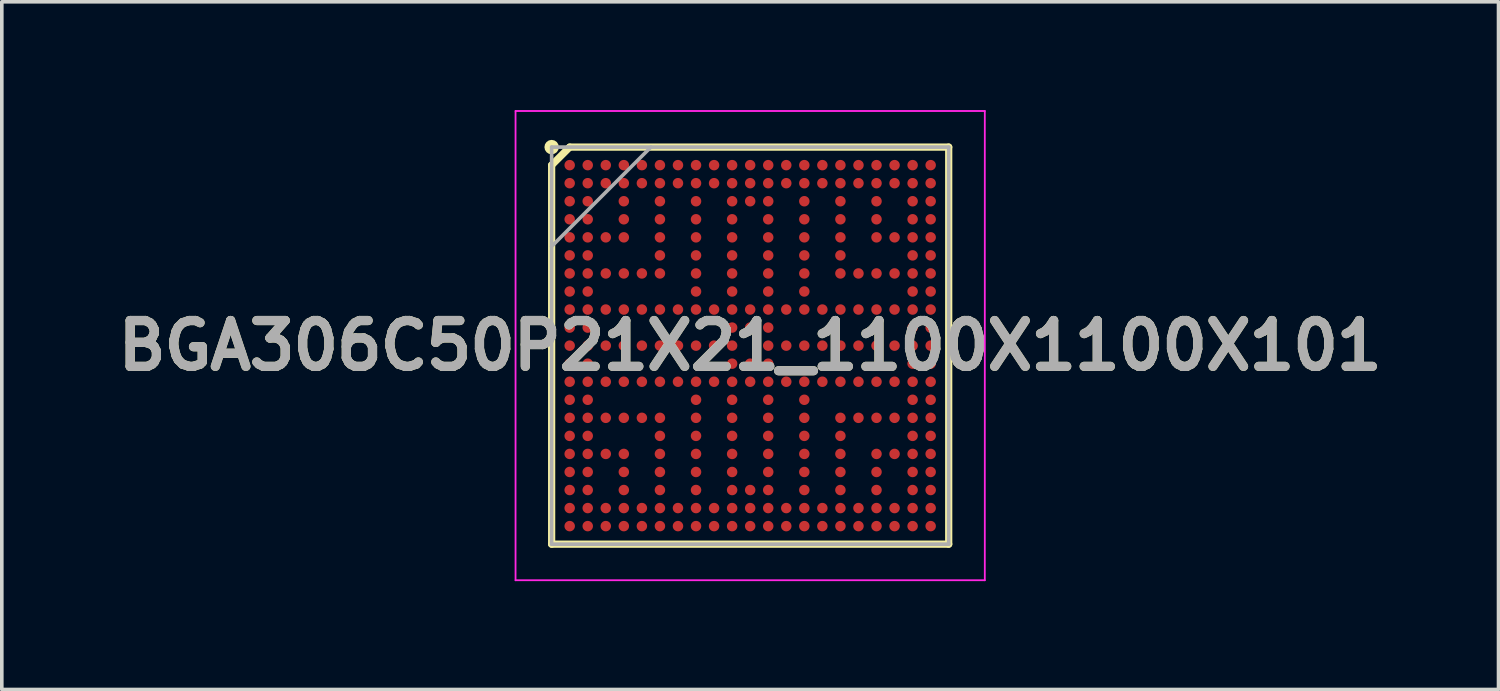
<source format=kicad_pcb>
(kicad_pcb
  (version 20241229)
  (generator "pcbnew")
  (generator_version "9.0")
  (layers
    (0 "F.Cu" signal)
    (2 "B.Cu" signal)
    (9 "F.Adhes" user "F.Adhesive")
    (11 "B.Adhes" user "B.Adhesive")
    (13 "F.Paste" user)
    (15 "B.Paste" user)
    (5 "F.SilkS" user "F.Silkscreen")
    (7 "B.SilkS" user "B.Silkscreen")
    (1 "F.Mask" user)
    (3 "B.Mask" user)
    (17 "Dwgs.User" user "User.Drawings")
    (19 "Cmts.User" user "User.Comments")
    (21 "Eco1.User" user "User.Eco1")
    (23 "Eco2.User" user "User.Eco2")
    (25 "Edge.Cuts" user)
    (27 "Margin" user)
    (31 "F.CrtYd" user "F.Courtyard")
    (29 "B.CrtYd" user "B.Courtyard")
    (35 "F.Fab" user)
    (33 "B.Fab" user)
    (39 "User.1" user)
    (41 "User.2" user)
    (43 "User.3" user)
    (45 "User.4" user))
  (footprint "BGA306C50P21X21_1100X1100X101"
    (layer "F.Cu")
    (at 17.732 6.525)
    (property "Reference" "BGA306C50P21X21_1100X1100X101" (at 0 0 0) (layer "F.SilkS") (effects (font (size 1.27 1.27) (thickness 0.254))))
    (attr smd)
    (fp_line (start -5.5 -5) (end -5 -5.5) (stroke (width 0.2) (type solid)) (layer "F.SilkS"))
    (fp_line (start -5.5 5.5) (end -5.5 -5) (stroke (width 0.2) (type solid)) (layer "F.SilkS"))
    (fp_line (start -5 -5.5) (end 5.5 -5.5) (stroke (width 0.2) (type solid)) (layer "F.SilkS"))
    (fp_line (start 5.5 -5.5) (end 5.5 5.5) (stroke (width 0.2) (type solid)) (layer "F.SilkS"))
    (fp_line (start 5.5 5.5) (end -5.5 5.5) (stroke (width 0.2) (type solid)) (layer "F.SilkS"))
    (fp_circle (center -5.5 -5.5) (end -5.5 -5.4) (stroke (width 0.2) (type solid)) (fill no) (layer "F.SilkS"))
    (fp_line (start -6.5 -6.5) (end 6.5 -6.5) (stroke (width 0.05) (type solid)) (layer "F.CrtYd"))
    (fp_line (start -6.5 6.5) (end -6.5 -6.5) (stroke (width 0.05) (type solid)) (layer "F.CrtYd"))
    (fp_line (start 6.5 -6.5) (end 6.5 6.5) (stroke (width 0.05) (type solid)) (layer "F.CrtYd"))
    (fp_line (start 6.5 6.5) (end -6.5 6.5) (stroke (width 0.05) (type solid)) (layer "F.CrtYd"))
    (fp_line (start -5.5 -5.5) (end 5.5 -5.5) (stroke (width 0.1) (type solid)) (layer "F.Fab"))
    (fp_line (start -5.5 -2.75) (end -2.75 -5.5) (stroke (width 0.1) (type solid)) (layer "F.Fab"))
    (fp_line (start -5.5 5.5) (end -5.5 -5.5) (stroke (width 0.1) (type solid)) (layer "F.Fab"))
    (fp_line (start 5.5 -5.5) (end 5.5 5.5) (stroke (width 0.1) (type solid)) (layer "F.Fab"))
    (fp_line (start 5.5 5.5) (end -5.5 5.5) (stroke (width 0.1) (type solid)) (layer "F.Fab"))
    (fp_text user "${REFERENCE}" (at 0 0 0) (layer "F.Fab") (effects (font (size 1.27 1.27) (thickness 0.254))))
    (pad "A1" smd circle (at -5 -5 90) (size 0.29 0.29) (layers "F.Cu" "F.Mask" "F.Paste"))
    (pad "A2" smd circle (at -4.5 -5 90) (size 0.29 0.29) (layers "F.Cu" "F.Mask" "F.Paste"))
    (pad "A3" smd circle (at -4 -5 90) (size 0.29 0.29) (layers "F.Cu" "F.Mask" "F.Paste"))
    (pad "A4" smd circle (at -3.5 -5 90) (size 0.29 0.29) (layers "F.Cu" "F.Mask" "F.Paste"))
    (pad "A5" smd circle (at -3 -5 90) (size 0.29 0.29) (layers "F.Cu" "F.Mask" "F.Paste"))
    (pad "A6" smd circle (at -2.5 -5 90) (size 0.29 0.29) (layers "F.Cu" "F.Mask" "F.Paste"))
    (pad "A7" smd circle (at -2 -5 90) (size 0.29 0.29) (layers "F.Cu" "F.Mask" "F.Paste"))
    (pad "A8" smd circle (at -1.5 -5 90) (size 0.29 0.29) (layers "F.Cu" "F.Mask" "F.Paste"))
    (pad "A9" smd circle (at -1 -5 90) (size 0.29 0.29) (layers "F.Cu" "F.Mask" "F.Paste"))
    (pad "A10" smd circle (at -0.5 -5 90) (size 0.29 0.29) (layers "F.Cu" "F.Mask" "F.Paste"))
    (pad "A11" smd circle (at 0 -5 90) (size 0.29 0.29) (layers "F.Cu" "F.Mask" "F.Paste"))
    (pad "A12" smd circle (at 0.5 -5 90) (size 0.29 0.29) (layers "F.Cu" "F.Mask" "F.Paste"))
    (pad "A13" smd circle (at 1 -5 90) (size 0.29 0.29) (layers "F.Cu" "F.Mask" "F.Paste"))
    (pad "A14" smd circle (at 1.5 -5 90) (size 0.29 0.29) (layers "F.Cu" "F.Mask" "F.Paste"))
    (pad "A15" smd circle (at 2 -5 90) (size 0.29 0.29) (layers "F.Cu" "F.Mask" "F.Paste"))
    (pad "A16" smd circle (at 2.5 -5 90) (size 0.29 0.29) (layers "F.Cu" "F.Mask" "F.Paste"))
    (pad "A17" smd circle (at 3 -5 90) (size 0.29 0.29) (layers "F.Cu" "F.Mask" "F.Paste"))
    (pad "A18" smd circle (at 3.5 -5 90) (size 0.29 0.29) (layers "F.Cu" "F.Mask" "F.Paste"))
    (pad "A19" smd circle (at 4 -5 90) (size 0.29 0.29) (layers "F.Cu" "F.Mask" "F.Paste"))
    (pad "A20" smd circle (at 4.5 -5 90) (size 0.29 0.29) (layers "F.Cu" "F.Mask" "F.Paste"))
    (pad "A21" smd circle (at 5 -5 90) (size 0.29 0.29) (layers "F.Cu" "F.Mask" "F.Paste"))
    (pad "AA1" smd circle (at -5 5 90) (size 0.29 0.29) (layers "F.Cu" "F.Mask" "F.Paste"))
    (pad "AA2" smd circle (at -4.5 5 90) (size 0.29 0.29) (layers "F.Cu" "F.Mask" "F.Paste"))
    (pad "AA3" smd circle (at -4 5 90) (size 0.29 0.29) (layers "F.Cu" "F.Mask" "F.Paste"))
    (pad "AA4" smd circle (at -3.5 5 90) (size 0.29 0.29) (layers "F.Cu" "F.Mask" "F.Paste"))
    (pad "AA5" smd circle (at -3 5 90) (size 0.29 0.29) (layers "F.Cu" "F.Mask" "F.Paste"))
    (pad "AA6" smd circle (at -2.5 5 90) (size 0.29 0.29) (layers "F.Cu" "F.Mask" "F.Paste"))
    (pad "AA7" smd circle (at -2 5 90) (size 0.29 0.29) (layers "F.Cu" "F.Mask" "F.Paste"))
    (pad "AA8" smd circle (at -1.5 5 90) (size 0.29 0.29) (layers "F.Cu" "F.Mask" "F.Paste"))
    (pad "AA9" smd circle (at -1 5 90) (size 0.29 0.29) (layers "F.Cu" "F.Mask" "F.Paste"))
    (pad "AA10" smd circle (at -0.5 5 90) (size 0.29 0.29) (layers "F.Cu" "F.Mask" "F.Paste"))
    (pad "AA11" smd circle (at 0 5 90) (size 0.29 0.29) (layers "F.Cu" "F.Mask" "F.Paste"))
    (pad "AA12" smd circle (at 0.5 5 90) (size 0.29 0.29) (layers "F.Cu" "F.Mask" "F.Paste"))
    (pad "AA13" smd circle (at 1 5 90) (size 0.29 0.29) (layers "F.Cu" "F.Mask" "F.Paste"))
    (pad "AA14" smd circle (at 1.5 5 90) (size 0.29 0.29) (layers "F.Cu" "F.Mask" "F.Paste"))
    (pad "AA15" smd circle (at 2 5 90) (size 0.29 0.29) (layers "F.Cu" "F.Mask" "F.Paste"))
    (pad "AA16" smd circle (at 2.5 5 90) (size 0.29 0.29) (layers "F.Cu" "F.Mask" "F.Paste"))
    (pad "AA17" smd circle (at 3 5 90) (size 0.29 0.29) (layers "F.Cu" "F.Mask" "F.Paste"))
    (pad "AA18" smd circle (at 3.5 5 90) (size 0.29 0.29) (layers "F.Cu" "F.Mask" "F.Paste"))
    (pad "AA19" smd circle (at 4 5 90) (size 0.29 0.29) (layers "F.Cu" "F.Mask" "F.Paste"))
    (pad "AA20" smd circle (at 4.5 5 90) (size 0.29 0.29) (layers "F.Cu" "F.Mask" "F.Paste"))
    (pad "AA21" smd circle (at 5 5 90) (size 0.29 0.29) (layers "F.Cu" "F.Mask" "F.Paste"))
    (pad "B1" smd circle (at -5 -4.5 90) (size 0.29 0.29) (layers "F.Cu" "F.Mask" "F.Paste"))
    (pad "B2" smd circle (at -4.5 -4.5 90) (size 0.29 0.29) (layers "F.Cu" "F.Mask" "F.Paste"))
    (pad "B3" smd circle (at -4 -4.5 90) (size 0.29 0.29) (layers "F.Cu" "F.Mask" "F.Paste"))
    (pad "B4" smd circle (at -3.5 -4.5 90) (size 0.29 0.29) (layers "F.Cu" "F.Mask" "F.Paste"))
    (pad "B5" smd circle (at -3 -4.5 90) (size 0.29 0.29) (layers "F.Cu" "F.Mask" "F.Paste"))
    (pad "B6" smd circle (at -2.5 -4.5 90) (size 0.29 0.29) (layers "F.Cu" "F.Mask" "F.Paste"))
    (pad "B7" smd circle (at -2 -4.5 90) (size 0.29 0.29) (layers "F.Cu" "F.Mask" "F.Paste"))
    (pad "B8" smd circle (at -1.5 -4.5 90) (size 0.29 0.29) (layers "F.Cu" "F.Mask" "F.Paste"))
    (pad "B9" smd circle (at -1 -4.5 90) (size 0.29 0.29) (layers "F.Cu" "F.Mask" "F.Paste"))
    (pad "B10" smd circle (at -0.5 -4.5 90) (size 0.29 0.29) (layers "F.Cu" "F.Mask" "F.Paste"))
    (pad "B11" smd circle (at 0 -4.5 90) (size 0.29 0.29) (layers "F.Cu" "F.Mask" "F.Paste"))
    (pad "B12" smd circle (at 0.5 -4.5 90) (size 0.29 0.29) (layers "F.Cu" "F.Mask" "F.Paste"))
    (pad "B13" smd circle (at 1 -4.5 90) (size 0.29 0.29) (layers "F.Cu" "F.Mask" "F.Paste"))
    (pad "B14" smd circle (at 1.5 -4.5 90) (size 0.29 0.29) (layers "F.Cu" "F.Mask" "F.Paste"))
    (pad "B15" smd circle (at 2 -4.5 90) (size 0.29 0.29) (layers "F.Cu" "F.Mask" "F.Paste"))
    (pad "B16" smd circle (at 2.5 -4.5 90) (size 0.29 0.29) (layers "F.Cu" "F.Mask" "F.Paste"))
    (pad "B17" smd circle (at 3 -4.5 90) (size 0.29 0.29) (layers "F.Cu" "F.Mask" "F.Paste"))
    (pad "B18" smd circle (at 3.5 -4.5 90) (size 0.29 0.29) (layers "F.Cu" "F.Mask" "F.Paste"))
    (pad "B19" smd circle (at 4 -4.5 90) (size 0.29 0.29) (layers "F.Cu" "F.Mask" "F.Paste"))
    (pad "B20" smd circle (at 4.5 -4.5 90) (size 0.29 0.29) (layers "F.Cu" "F.Mask" "F.Paste"))
    (pad "B21" smd circle (at 5 -4.5 90) (size 0.29 0.29) (layers "F.Cu" "F.Mask" "F.Paste"))
    (pad "C1" smd circle (at -5 -4 90) (size 0.29 0.29) (layers "F.Cu" "F.Mask" "F.Paste"))
    (pad "C2" smd circle (at -4.5 -4 90) (size 0.29 0.29) (layers "F.Cu" "F.Mask" "F.Paste"))
    (pad "C4" smd circle (at -3.5 -4 90) (size 0.29 0.29) (layers "F.Cu" "F.Mask" "F.Paste"))
    (pad "C6" smd circle (at -2.5 -4 90) (size 0.29 0.29) (layers "F.Cu" "F.Mask" "F.Paste"))
    (pad "C8" smd circle (at -1.5 -4 90) (size 0.29 0.29) (layers "F.Cu" "F.Mask" "F.Paste"))
    (pad "C10" smd circle (at -0.5 -4 90) (size 0.29 0.29) (layers "F.Cu" "F.Mask" "F.Paste"))
    (pad "C11" smd circle (at 0 -4 90) (size 0.29 0.29) (layers "F.Cu" "F.Mask" "F.Paste"))
    (pad "C12" smd circle (at 0.5 -4 90) (size 0.29 0.29) (layers "F.Cu" "F.Mask" "F.Paste"))
    (pad "C14" smd circle (at 1.5 -4 90) (size 0.29 0.29) (layers "F.Cu" "F.Mask" "F.Paste"))
    (pad "C16" smd circle (at 2.5 -4 90) (size 0.29 0.29) (layers "F.Cu" "F.Mask" "F.Paste"))
    (pad "C18" smd circle (at 3.5 -4 90) (size 0.29 0.29) (layers "F.Cu" "F.Mask" "F.Paste"))
    (pad "C20" smd circle (at 4.5 -4 90) (size 0.29 0.29) (layers "F.Cu" "F.Mask" "F.Paste"))
    (pad "C21" smd circle (at 5 -4 90) (size 0.29 0.29) (layers "F.Cu" "F.Mask" "F.Paste"))
    (pad "D1" smd circle (at -5 -3.5 90) (size 0.29 0.29) (layers "F.Cu" "F.Mask" "F.Paste"))
    (pad "D2" smd circle (at -4.5 -3.5 90) (size 0.29 0.29) (layers "F.Cu" "F.Mask" "F.Paste"))
    (pad "D4" smd circle (at -3.5 -3.5 90) (size 0.29 0.29) (layers "F.Cu" "F.Mask" "F.Paste"))
    (pad "D6" smd circle (at -2.5 -3.5 90) (size 0.29 0.29) (layers "F.Cu" "F.Mask" "F.Paste"))
    (pad "D8" smd circle (at -1.5 -3.5 90) (size 0.29 0.29) (layers "F.Cu" "F.Mask" "F.Paste"))
    (pad "D10" smd circle (at -0.5 -3.5 90) (size 0.29 0.29) (layers "F.Cu" "F.Mask" "F.Paste"))
    (pad "D12" smd circle (at 0.5 -3.5 90) (size 0.29 0.29) (layers "F.Cu" "F.Mask" "F.Paste"))
    (pad "D14" smd circle (at 1.5 -3.5 90) (size 0.29 0.29) (layers "F.Cu" "F.Mask" "F.Paste"))
    (pad "D16" smd circle (at 2.5 -3.5 90) (size 0.29 0.29) (layers "F.Cu" "F.Mask" "F.Paste"))
    (pad "D18" smd circle (at 3.5 -3.5 90) (size 0.29 0.29) (layers "F.Cu" "F.Mask" "F.Paste"))
    (pad "D20" smd circle (at 4.5 -3.5 90) (size 0.29 0.29) (layers "F.Cu" "F.Mask" "F.Paste"))
    (pad "D21" smd circle (at 5 -3.5 90) (size 0.29 0.29) (layers "F.Cu" "F.Mask" "F.Paste"))
    (pad "E1" smd circle (at -5 -3 90) (size 0.29 0.29) (layers "F.Cu" "F.Mask" "F.Paste"))
    (pad "E2" smd circle (at -4.5 -3 90) (size 0.29 0.29) (layers "F.Cu" "F.Mask" "F.Paste"))
    (pad "E3" smd circle (at -4 -3 90) (size 0.29 0.29) (layers "F.Cu" "F.Mask" "F.Paste"))
    (pad "E4" smd circle (at -3.5 -3 90) (size 0.29 0.29) (layers "F.Cu" "F.Mask" "F.Paste"))
    (pad "E6" smd circle (at -2.5 -3 90) (size 0.29 0.29) (layers "F.Cu" "F.Mask" "F.Paste"))
    (pad "E8" smd circle (at -1.5 -3 90) (size 0.29 0.29) (layers "F.Cu" "F.Mask" "F.Paste"))
    (pad "E10" smd circle (at -0.5 -3 90) (size 0.29 0.29) (layers "F.Cu" "F.Mask" "F.Paste"))
    (pad "E12" smd circle (at 0.5 -3 90) (size 0.29 0.29) (layers "F.Cu" "F.Mask" "F.Paste"))
    (pad "E14" smd circle (at 1.5 -3 90) (size 0.29 0.29) (layers "F.Cu" "F.Mask" "F.Paste"))
    (pad "E16" smd circle (at 2.5 -3 90) (size 0.29 0.29) (layers "F.Cu" "F.Mask" "F.Paste"))
    (pad "E18" smd circle (at 3.5 -3 90) (size 0.29 0.29) (layers "F.Cu" "F.Mask" "F.Paste"))
    (pad "E19" smd circle (at 4 -3 90) (size 0.29 0.29) (layers "F.Cu" "F.Mask" "F.Paste"))
    (pad "E20" smd circle (at 4.5 -3 90) (size 0.29 0.29) (layers "F.Cu" "F.Mask" "F.Paste"))
    (pad "E21" smd circle (at 5 -3 90) (size 0.29 0.29) (layers "F.Cu" "F.Mask" "F.Paste"))
    (pad "F1" smd circle (at -5 -2.5 90) (size 0.29 0.29) (layers "F.Cu" "F.Mask" "F.Paste"))
    (pad "F2" smd circle (at -4.5 -2.5 90) (size 0.29 0.29) (layers "F.Cu" "F.Mask" "F.Paste"))
    (pad "F6" smd circle (at -2.5 -2.5 90) (size 0.29 0.29) (layers "F.Cu" "F.Mask" "F.Paste"))
    (pad "F8" smd circle (at -1.5 -2.5 90) (size 0.29 0.29) (layers "F.Cu" "F.Mask" "F.Paste"))
    (pad "F10" smd circle (at -0.5 -2.5 90) (size 0.29 0.29) (layers "F.Cu" "F.Mask" "F.Paste"))
    (pad "F12" smd circle (at 0.5 -2.5 90) (size 0.29 0.29) (layers "F.Cu" "F.Mask" "F.Paste"))
    (pad "F14" smd circle (at 1.5 -2.5 90) (size 0.29 0.29) (layers "F.Cu" "F.Mask" "F.Paste"))
    (pad "F16" smd circle (at 2.5 -2.5 90) (size 0.29 0.29) (layers "F.Cu" "F.Mask" "F.Paste"))
    (pad "F20" smd circle (at 4.5 -2.5 90) (size 0.29 0.29) (layers "F.Cu" "F.Mask" "F.Paste"))
    (pad "F21" smd circle (at 5 -2.5 90) (size 0.29 0.29) (layers "F.Cu" "F.Mask" "F.Paste"))
    (pad "G1" smd circle (at -5 -2 90) (size 0.29 0.29) (layers "F.Cu" "F.Mask" "F.Paste"))
    (pad "G2" smd circle (at -4.5 -2 90) (size 0.29 0.29) (layers "F.Cu" "F.Mask" "F.Paste"))
    (pad "G3" smd circle (at -4 -2 90) (size 0.29 0.29) (layers "F.Cu" "F.Mask" "F.Paste"))
    (pad "G4" smd circle (at -3.5 -2 90) (size 0.29 0.29) (layers "F.Cu" "F.Mask" "F.Paste"))
    (pad "G5" smd circle (at -3 -2 90) (size 0.29 0.29) (layers "F.Cu" "F.Mask" "F.Paste"))
    (pad "G6" smd circle (at -2.5 -2 90) (size 0.29 0.29) (layers "F.Cu" "F.Mask" "F.Paste"))
    (pad "G8" smd circle (at -1.5 -2 90) (size 0.29 0.29) (layers "F.Cu" "F.Mask" "F.Paste"))
    (pad "G10" smd circle (at -0.5 -2 90) (size 0.29 0.29) (layers "F.Cu" "F.Mask" "F.Paste"))
    (pad "G12" smd circle (at 0.5 -2 90) (size 0.29 0.29) (layers "F.Cu" "F.Mask" "F.Paste"))
    (pad "G14" smd circle (at 1.5 -2 90) (size 0.29 0.29) (layers "F.Cu" "F.Mask" "F.Paste"))
    (pad "G16" smd circle (at 2.5 -2 90) (size 0.29 0.29) (layers "F.Cu" "F.Mask" "F.Paste"))
    (pad "G17" smd circle (at 3 -2 90) (size 0.29 0.29) (layers "F.Cu" "F.Mask" "F.Paste"))
    (pad "G18" smd circle (at 3.5 -2 90) (size 0.29 0.29) (layers "F.Cu" "F.Mask" "F.Paste"))
    (pad "G19" smd circle (at 4 -2 90) (size 0.29 0.29) (layers "F.Cu" "F.Mask" "F.Paste"))
    (pad "G20" smd circle (at 4.5 -2 90) (size 0.29 0.29) (layers "F.Cu" "F.Mask" "F.Paste"))
    (pad "G21" smd circle (at 5 -2 90) (size 0.29 0.29) (layers "F.Cu" "F.Mask" "F.Paste"))
    (pad "H1" smd circle (at -5 -1.5 90) (size 0.29 0.29) (layers "F.Cu" "F.Mask" "F.Paste"))
    (pad "H2" smd circle (at -4.5 -1.5 90) (size 0.29 0.29) (layers "F.Cu" "F.Mask" "F.Paste"))
    (pad "H8" smd circle (at -1.5 -1.5 90) (size 0.29 0.29) (layers "F.Cu" "F.Mask" "F.Paste"))
    (pad "H10" smd circle (at -0.5 -1.5 90) (size 0.29 0.29) (layers "F.Cu" "F.Mask" "F.Paste"))
    (pad "H12" smd circle (at 0.5 -1.5 90) (size 0.29 0.29) (layers "F.Cu" "F.Mask" "F.Paste"))
    (pad "H14" smd circle (at 1.5 -1.5 90) (size 0.29 0.29) (layers "F.Cu" "F.Mask" "F.Paste"))
    (pad "H20" smd circle (at 4.5 -1.5 90) (size 0.29 0.29) (layers "F.Cu" "F.Mask" "F.Paste"))
    (pad "H21" smd circle (at 5 -1.5 90) (size 0.29 0.29) (layers "F.Cu" "F.Mask" "F.Paste"))
    (pad "J1" smd circle (at -5 -1 90) (size 0.29 0.29) (layers "F.Cu" "F.Mask" "F.Paste"))
    (pad "J2" smd circle (at -4.5 -1 90) (size 0.29 0.29) (layers "F.Cu" "F.Mask" "F.Paste"))
    (pad "J3" smd circle (at -4 -1 90) (size 0.29 0.29) (layers "F.Cu" "F.Mask" "F.Paste"))
    (pad "J4" smd circle (at -3.5 -1 90) (size 0.29 0.29) (layers "F.Cu" "F.Mask" "F.Paste"))
    (pad "J5" smd circle (at -3 -1 90) (size 0.29 0.29) (layers "F.Cu" "F.Mask" "F.Paste"))
    (pad "J6" smd circle (at -2.5 -1 90) (size 0.29 0.29) (layers "F.Cu" "F.Mask" "F.Paste"))
    (pad "J7" smd circle (at -2 -1 90) (size 0.29 0.29) (layers "F.Cu" "F.Mask" "F.Paste"))
    (pad "J8" smd circle (at -1.5 -1 90) (size 0.29 0.29) (layers "F.Cu" "F.Mask" "F.Paste"))
    (pad "J9" smd circle (at -1 -1 90) (size 0.29 0.29) (layers "F.Cu" "F.Mask" "F.Paste"))
    (pad "J10" smd circle (at -0.5 -1 90) (size 0.29 0.29) (layers "F.Cu" "F.Mask" "F.Paste"))
    (pad "J11" smd circle (at 0 -1 90) (size 0.29 0.29) (layers "F.Cu" "F.Mask" "F.Paste"))
    (pad "J12" smd circle (at 0.5 -1 90) (size 0.29 0.29) (layers "F.Cu" "F.Mask" "F.Paste"))
    (pad "J13" smd circle (at 1 -1 90) (size 0.29 0.29) (layers "F.Cu" "F.Mask" "F.Paste"))
    (pad "J14" smd circle (at 1.5 -1 90) (size 0.29 0.29) (layers "F.Cu" "F.Mask" "F.Paste"))
    (pad "J15" smd circle (at 2 -1 90) (size 0.29 0.29) (layers "F.Cu" "F.Mask" "F.Paste"))
    (pad "J16" smd circle (at 2.5 -1 90) (size 0.29 0.29) (layers "F.Cu" "F.Mask" "F.Paste"))
    (pad "J17" smd circle (at 3 -1 90) (size 0.29 0.29) (layers "F.Cu" "F.Mask" "F.Paste"))
    (pad "J18" smd circle (at 3.5 -1 90) (size 0.29 0.29) (layers "F.Cu" "F.Mask" "F.Paste"))
    (pad "J19" smd circle (at 4 -1 90) (size 0.29 0.29) (layers "F.Cu" "F.Mask" "F.Paste"))
    (pad "J20" smd circle (at 4.5 -1 90) (size 0.29 0.29) (layers "F.Cu" "F.Mask" "F.Paste"))
    (pad "J21" smd circle (at 5 -1 90) (size 0.29 0.29) (layers "F.Cu" "F.Mask" "F.Paste"))
    (pad "K1" smd circle (at -5 -0.5 90) (size 0.29 0.29) (layers "F.Cu" "F.Mask" "F.Paste"))
    (pad "K2" smd circle (at -4.5 -0.5 90) (size 0.29 0.29) (layers "F.Cu" "F.Mask" "F.Paste"))
    (pad "K10" smd circle (at -0.5 -0.5 90) (size 0.29 0.29) (layers "F.Cu" "F.Mask" "F.Paste"))
    (pad "K11" smd circle (at 0 -0.5 90) (size 0.29 0.29) (layers "F.Cu" "F.Mask" "F.Paste"))
    (pad "K12" smd circle (at 0.5 -0.5 90) (size 0.29 0.29) (layers "F.Cu" "F.Mask" "F.Paste"))
    (pad "K20" smd circle (at 4.5 -0.5 90) (size 0.29 0.29) (layers "F.Cu" "F.Mask" "F.Paste"))
    (pad "K21" smd circle (at 5 -0.5 90) (size 0.29 0.29) (layers "F.Cu" "F.Mask" "F.Paste"))
    (pad "L1" smd circle (at -5 0 90) (size 0.29 0.29) (layers "F.Cu" "F.Mask" "F.Paste"))
    (pad "L2" smd circle (at -4.5 0 90) (size 0.29 0.29) (layers "F.Cu" "F.Mask" "F.Paste"))
    (pad "L3" smd circle (at -4 0 90) (size 0.29 0.29) (layers "F.Cu" "F.Mask" "F.Paste"))
    (pad "L4" smd circle (at -3.5 0 90) (size 0.29 0.29) (layers "F.Cu" "F.Mask" "F.Paste"))
    (pad "L5" smd circle (at -3 0 90) (size 0.29 0.29) (layers "F.Cu" "F.Mask" "F.Paste"))
    (pad "L6" smd circle (at -2.5 0 90) (size 0.29 0.29) (layers "F.Cu" "F.Mask" "F.Paste"))
    (pad "L7" smd circle (at -2 0 90) (size 0.29 0.29) (layers "F.Cu" "F.Mask" "F.Paste"))
    (pad "L8" smd circle (at -1.5 0 90) (size 0.29 0.29) (layers "F.Cu" "F.Mask" "F.Paste"))
    (pad "L9" smd circle (at -1 0 90) (size 0.29 0.29) (layers "F.Cu" "F.Mask" "F.Paste"))
    (pad "L10" smd circle (at -0.5 0 90) (size 0.29 0.29) (layers "F.Cu" "F.Mask" "F.Paste"))
    (pad "L12" smd circle (at 0.5 0 90) (size 0.29 0.29) (layers "F.Cu" "F.Mask" "F.Paste"))
    (pad "L13" smd circle (at 1 0 90) (size 0.29 0.29) (layers "F.Cu" "F.Mask" "F.Paste"))
    (pad "L14" smd circle (at 1.5 0 90) (size 0.29 0.29) (layers "F.Cu" "F.Mask" "F.Paste"))
    (pad "L15" smd circle (at 2 0 90) (size 0.29 0.29) (layers "F.Cu" "F.Mask" "F.Paste"))
    (pad "L16" smd circle (at 2.5 0 90) (size 0.29 0.29) (layers "F.Cu" "F.Mask" "F.Paste"))
    (pad "L17" smd circle (at 3 0 90) (size 0.29 0.29) (layers "F.Cu" "F.Mask" "F.Paste"))
    (pad "L18" smd circle (at 3.5 0 90) (size 0.29 0.29) (layers "F.Cu" "F.Mask" "F.Paste"))
    (pad "L19" smd circle (at 4 0 90) (size 0.29 0.29) (layers "F.Cu" "F.Mask" "F.Paste"))
    (pad "L20" smd circle (at 4.5 0 90) (size 0.29 0.29) (layers "F.Cu" "F.Mask" "F.Paste"))
    (pad "L21" smd circle (at 5 0 90) (size 0.29 0.29) (layers "F.Cu" "F.Mask" "F.Paste"))
    (pad "M1" smd circle (at -5 0.5 90) (size 0.29 0.29) (layers "F.Cu" "F.Mask" "F.Paste"))
    (pad "M2" smd circle (at -4.5 0.5 90) (size 0.29 0.29) (layers "F.Cu" "F.Mask" "F.Paste"))
    (pad "M10" smd circle (at -0.5 0.5 90) (size 0.29 0.29) (layers "F.Cu" "F.Mask" "F.Paste"))
    (pad "M11" smd circle (at 0 0.5 90) (size 0.29 0.29) (layers "F.Cu" "F.Mask" "F.Paste"))
    (pad "M12" smd circle (at 0.5 0.5 90) (size 0.29 0.29) (layers "F.Cu" "F.Mask" "F.Paste"))
    (pad "M20" smd circle (at 4.5 0.5 90) (size 0.29 0.29) (layers "F.Cu" "F.Mask" "F.Paste"))
    (pad "M21" smd circle (at 5 0.5 90) (size 0.29 0.29) (layers "F.Cu" "F.Mask" "F.Paste"))
    (pad "N1" smd circle (at -5 1 90) (size 0.29 0.29) (layers "F.Cu" "F.Mask" "F.Paste"))
    (pad "N2" smd circle (at -4.5 1 90) (size 0.29 0.29) (layers "F.Cu" "F.Mask" "F.Paste"))
    (pad "N3" smd circle (at -4 1 90) (size 0.29 0.29) (layers "F.Cu" "F.Mask" "F.Paste"))
    (pad "N4" smd circle (at -3.5 1 90) (size 0.29 0.29) (layers "F.Cu" "F.Mask" "F.Paste"))
    (pad "N5" smd circle (at -3 1 90) (size 0.29 0.29) (layers "F.Cu" "F.Mask" "F.Paste"))
    (pad "N6" smd circle (at -2.5 1 90) (size 0.29 0.29) (layers "F.Cu" "F.Mask" "F.Paste"))
    (pad "N7" smd circle (at -2 1 90) (size 0.29 0.29) (layers "F.Cu" "F.Mask" "F.Paste"))
    (pad "N8" smd circle (at -1.5 1 90) (size 0.29 0.29) (layers "F.Cu" "F.Mask" "F.Paste"))
    (pad "N9" smd circle (at -1 1 90) (size 0.29 0.29) (layers "F.Cu" "F.Mask" "F.Paste"))
    (pad "N10" smd circle (at -0.5 1 90) (size 0.29 0.29) (layers "F.Cu" "F.Mask" "F.Paste"))
    (pad "N11" smd circle (at 0 1 90) (size 0.29 0.29) (layers "F.Cu" "F.Mask" "F.Paste"))
    (pad "N12" smd circle (at 0.5 1 90) (size 0.29 0.29) (layers "F.Cu" "F.Mask" "F.Paste"))
    (pad "N13" smd circle (at 1 1 90) (size 0.29 0.29) (layers "F.Cu" "F.Mask" "F.Paste"))
    (pad "N14" smd circle (at 1.5 1 90) (size 0.29 0.29) (layers "F.Cu" "F.Mask" "F.Paste"))
    (pad "N15" smd circle (at 2 1 90) (size 0.29 0.29) (layers "F.Cu" "F.Mask" "F.Paste"))
    (pad "N16" smd circle (at 2.5 1 90) (size 0.29 0.29) (layers "F.Cu" "F.Mask" "F.Paste"))
    (pad "N17" smd circle (at 3 1 90) (size 0.29 0.29) (layers "F.Cu" "F.Mask" "F.Paste"))
    (pad "N18" smd circle (at 3.5 1 90) (size 0.29 0.29) (layers "F.Cu" "F.Mask" "F.Paste"))
    (pad "N19" smd circle (at 4 1 90) (size 0.29 0.29) (layers "F.Cu" "F.Mask" "F.Paste"))
    (pad "N20" smd circle (at 4.5 1 90) (size 0.29 0.29) (layers "F.Cu" "F.Mask" "F.Paste"))
    (pad "N21" smd circle (at 5 1 90) (size 0.29 0.29) (layers "F.Cu" "F.Mask" "F.Paste"))
    (pad "P1" smd circle (at -5 1.5 90) (size 0.29 0.29) (layers "F.Cu" "F.Mask" "F.Paste"))
    (pad "P2" smd circle (at -4.5 1.5 90) (size 0.29 0.29) (layers "F.Cu" "F.Mask" "F.Paste"))
    (pad "P8" smd circle (at -1.5 1.5 90) (size 0.29 0.29) (layers "F.Cu" "F.Mask" "F.Paste"))
    (pad "P10" smd circle (at -0.5 1.5 90) (size 0.29 0.29) (layers "F.Cu" "F.Mask" "F.Paste"))
    (pad "P12" smd circle (at 0.5 1.5 90) (size 0.29 0.29) (layers "F.Cu" "F.Mask" "F.Paste"))
    (pad "P14" smd circle (at 1.5 1.5 90) (size 0.29 0.29) (layers "F.Cu" "F.Mask" "F.Paste"))
    (pad "P20" smd circle (at 4.5 1.5 90) (size 0.29 0.29) (layers "F.Cu" "F.Mask" "F.Paste"))
    (pad "P21" smd circle (at 5 1.5 90) (size 0.29 0.29) (layers "F.Cu" "F.Mask" "F.Paste"))
    (pad "R1" smd circle (at -5 2 90) (size 0.29 0.29) (layers "F.Cu" "F.Mask" "F.Paste"))
    (pad "R2" smd circle (at -4.5 2 90) (size 0.29 0.29) (layers "F.Cu" "F.Mask" "F.Paste"))
    (pad "R3" smd circle (at -4 2 90) (size 0.29 0.29) (layers "F.Cu" "F.Mask" "F.Paste"))
    (pad "R4" smd circle (at -3.5 2 90) (size 0.29 0.29) (layers "F.Cu" "F.Mask" "F.Paste"))
    (pad "R5" smd circle (at -3 2 90) (size 0.29 0.29) (layers "F.Cu" "F.Mask" "F.Paste"))
    (pad "R6" smd circle (at -2.5 2 90) (size 0.29 0.29) (layers "F.Cu" "F.Mask" "F.Paste"))
    (pad "R8" smd circle (at -1.5 2 90) (size 0.29 0.29) (layers "F.Cu" "F.Mask" "F.Paste"))
    (pad "R10" smd circle (at -0.5 2 90) (size 0.29 0.29) (layers "F.Cu" "F.Mask" "F.Paste"))
    (pad "R12" smd circle (at 0.5 2 90) (size 0.29 0.29) (layers "F.Cu" "F.Mask" "F.Paste"))
    (pad "R14" smd circle (at 1.5 2 90) (size 0.29 0.29) (layers "F.Cu" "F.Mask" "F.Paste"))
    (pad "R16" smd circle (at 2.5 2 90) (size 0.29 0.29) (layers "F.Cu" "F.Mask" "F.Paste"))
    (pad "R17" smd circle (at 3 2 90) (size 0.29 0.29) (layers "F.Cu" "F.Mask" "F.Paste"))
    (pad "R18" smd circle (at 3.5 2 90) (size 0.29 0.29) (layers "F.Cu" "F.Mask" "F.Paste"))
    (pad "R19" smd circle (at 4 2 90) (size 0.29 0.29) (layers "F.Cu" "F.Mask" "F.Paste"))
    (pad "R20" smd circle (at 4.5 2 90) (size 0.29 0.29) (layers "F.Cu" "F.Mask" "F.Paste"))
    (pad "R21" smd circle (at 5 2 90) (size 0.29 0.29) (layers "F.Cu" "F.Mask" "F.Paste"))
    (pad "T1" smd circle (at -5 2.5 90) (size 0.29 0.29) (layers "F.Cu" "F.Mask" "F.Paste"))
    (pad "T2" smd circle (at -4.5 2.5 90) (size 0.29 0.29) (layers "F.Cu" "F.Mask" "F.Paste"))
    (pad "T6" smd circle (at -2.5 2.5 90) (size 0.29 0.29) (layers "F.Cu" "F.Mask" "F.Paste"))
    (pad "T8" smd circle (at -1.5 2.5 90) (size 0.29 0.29) (layers "F.Cu" "F.Mask" "F.Paste"))
    (pad "T10" smd circle (at -0.5 2.5 90) (size 0.29 0.29) (layers "F.Cu" "F.Mask" "F.Paste"))
    (pad "T12" smd circle (at 0.5 2.5 90) (size 0.29 0.29) (layers "F.Cu" "F.Mask" "F.Paste"))
    (pad "T14" smd circle (at 1.5 2.5 90) (size 0.29 0.29) (layers "F.Cu" "F.Mask" "F.Paste"))
    (pad "T16" smd circle (at 2.5 2.5 90) (size 0.29 0.29) (layers "F.Cu" "F.Mask" "F.Paste"))
    (pad "T20" smd circle (at 4.5 2.5 90) (size 0.29 0.29) (layers "F.Cu" "F.Mask" "F.Paste"))
    (pad "T21" smd circle (at 5 2.5 90) (size 0.29 0.29) (layers "F.Cu" "F.Mask" "F.Paste"))
    (pad "U1" smd circle (at -5 3 90) (size 0.29 0.29) (layers "F.Cu" "F.Mask" "F.Paste"))
    (pad "U2" smd circle (at -4.5 3 90) (size 0.29 0.29) (layers "F.Cu" "F.Mask" "F.Paste"))
    (pad "U3" smd circle (at -4 3 90) (size 0.29 0.29) (layers "F.Cu" "F.Mask" "F.Paste"))
    (pad "U4" smd circle (at -3.5 3 90) (size 0.29 0.29) (layers "F.Cu" "F.Mask" "F.Paste"))
    (pad "U6" smd circle (at -2.5 3 90) (size 0.29 0.29) (layers "F.Cu" "F.Mask" "F.Paste"))
    (pad "U8" smd circle (at -1.5 3 90) (size 0.29 0.29) (layers "F.Cu" "F.Mask" "F.Paste"))
    (pad "U10" smd circle (at -0.5 3 90) (size 0.29 0.29) (layers "F.Cu" "F.Mask" "F.Paste"))
    (pad "U12" smd circle (at 0.5 3 90) (size 0.29 0.29) (layers "F.Cu" "F.Mask" "F.Paste"))
    (pad "U14" smd circle (at 1.5 3 90) (size 0.29 0.29) (layers "F.Cu" "F.Mask" "F.Paste"))
    (pad "U16" smd circle (at 2.5 3 90) (size 0.29 0.29) (layers "F.Cu" "F.Mask" "F.Paste"))
    (pad "U18" smd circle (at 3.5 3 90) (size 0.29 0.29) (layers "F.Cu" "F.Mask" "F.Paste"))
    (pad "U19" smd circle (at 4 3 90) (size 0.29 0.29) (layers "F.Cu" "F.Mask" "F.Paste"))
    (pad "U20" smd circle (at 4.5 3 90) (size 0.29 0.29) (layers "F.Cu" "F.Mask" "F.Paste"))
    (pad "U21" smd circle (at 5 3 90) (size 0.29 0.29) (layers "F.Cu" "F.Mask" "F.Paste"))
    (pad "V1" smd circle (at -5 3.5 90) (size 0.29 0.29) (layers "F.Cu" "F.Mask" "F.Paste"))
    (pad "V2" smd circle (at -4.5 3.5 90) (size 0.29 0.29) (layers "F.Cu" "F.Mask" "F.Paste"))
    (pad "V4" smd circle (at -3.5 3.5 90) (size 0.29 0.29) (layers "F.Cu" "F.Mask" "F.Paste"))
    (pad "V6" smd circle (at -2.5 3.5 90) (size 0.29 0.29) (layers "F.Cu" "F.Mask" "F.Paste"))
    (pad "V8" smd circle (at -1.5 3.5 90) (size 0.29 0.29) (layers "F.Cu" "F.Mask" "F.Paste"))
    (pad "V10" smd circle (at -0.5 3.5 90) (size 0.29 0.29) (layers "F.Cu" "F.Mask" "F.Paste"))
    (pad "V12" smd circle (at 0.5 3.5 90) (size 0.29 0.29) (layers "F.Cu" "F.Mask" "F.Paste"))
    (pad "V14" smd circle (at 1.5 3.5 90) (size 0.29 0.29) (layers "F.Cu" "F.Mask" "F.Paste"))
    (pad "V16" smd circle (at 2.5 3.5 90) (size 0.29 0.29) (layers "F.Cu" "F.Mask" "F.Paste"))
    (pad "V18" smd circle (at 3.5 3.5 90) (size 0.29 0.29) (layers "F.Cu" "F.Mask" "F.Paste"))
    (pad "V20" smd circle (at 4.5 3.5 90) (size 0.29 0.29) (layers "F.Cu" "F.Mask" "F.Paste"))
    (pad "V21" smd circle (at 5 3.5 90) (size 0.29 0.29) (layers "F.Cu" "F.Mask" "F.Paste"))
    (pad "W1" smd circle (at -5 4 90) (size 0.29 0.29) (layers "F.Cu" "F.Mask" "F.Paste"))
    (pad "W2" smd circle (at -4.5 4 90) (size 0.29 0.29) (layers "F.Cu" "F.Mask" "F.Paste"))
    (pad "W4" smd circle (at -3.5 4 90) (size 0.29 0.29) (layers "F.Cu" "F.Mask" "F.Paste"))
    (pad "W6" smd circle (at -2.5 4 90) (size 0.29 0.29) (layers "F.Cu" "F.Mask" "F.Paste"))
    (pad "W8" smd circle (at -1.5 4 90) (size 0.29 0.29) (layers "F.Cu" "F.Mask" "F.Paste"))
    (pad "W10" smd circle (at -0.5 4 90) (size 0.29 0.29) (layers "F.Cu" "F.Mask" "F.Paste"))
    (pad "W11" smd circle (at 0 4 90) (size 0.29 0.29) (layers "F.Cu" "F.Mask" "F.Paste"))
    (pad "W12" smd circle (at 0.5 4 90) (size 0.29 0.29) (layers "F.Cu" "F.Mask" "F.Paste"))
    (pad "W14" smd circle (at 1.5 4 90) (size 0.29 0.29) (layers "F.Cu" "F.Mask" "F.Paste"))
    (pad "W16" smd circle (at 2.5 4 90) (size 0.29 0.29) (layers "F.Cu" "F.Mask" "F.Paste"))
    (pad "W18" smd circle (at 3.5 4 90) (size 0.29 0.29) (layers "F.Cu" "F.Mask" "F.Paste"))
    (pad "W20" smd circle (at 4.5 4 90) (size 0.29 0.29) (layers "F.Cu" "F.Mask" "F.Paste"))
    (pad "W21" smd circle (at 5 4 90) (size 0.29 0.29) (layers "F.Cu" "F.Mask" "F.Paste"))
    (pad "Y1" smd circle (at -5 4.5 90) (size 0.29 0.29) (layers "F.Cu" "F.Mask" "F.Paste"))
    (pad "Y2" smd circle (at -4.5 4.5 90) (size 0.29 0.29) (layers "F.Cu" "F.Mask" "F.Paste"))
    (pad "Y3" smd circle (at -4 4.5 90) (size 0.29 0.29) (layers "F.Cu" "F.Mask" "F.Paste"))
    (pad "Y4" smd circle (at -3.5 4.5 90) (size 0.29 0.29) (layers "F.Cu" "F.Mask" "F.Paste"))
    (pad "Y5" smd circle (at -3 4.5 90) (size 0.29 0.29) (layers "F.Cu" "F.Mask" "F.Paste"))
    (pad "Y6" smd circle (at -2.5 4.5 90) (size 0.29 0.29) (layers "F.Cu" "F.Mask" "F.Paste"))
    (pad "Y7" smd circle (at -2 4.5 90) (size 0.29 0.29) (layers "F.Cu" "F.Mask" "F.Paste"))
    (pad "Y8" smd circle (at -1.5 4.5 90) (size 0.29 0.29) (layers "F.Cu" "F.Mask" "F.Paste"))
    (pad "Y9" smd circle (at -1 4.5 90) (size 0.29 0.29) (layers "F.Cu" "F.Mask" "F.Paste"))
    (pad "Y10" smd circle (at -0.5 4.5 90) (size 0.29 0.29) (layers "F.Cu" "F.Mask" "F.Paste"))
    (pad "Y11" smd circle (at 0 4.5 90) (size 0.29 0.29) (layers "F.Cu" "F.Mask" "F.Paste"))
    (pad "Y12" smd circle (at 0.5 4.5 90) (size 0.29 0.29) (layers "F.Cu" "F.Mask" "F.Paste"))
    (pad "Y13" smd circle (at 1 4.5 90) (size 0.29 0.29) (layers "F.Cu" "F.Mask" "F.Paste"))
    (pad "Y14" smd circle (at 1.5 4.5 90) (size 0.29 0.29) (layers "F.Cu" "F.Mask" "F.Paste"))
    (pad "Y15" smd circle (at 2 4.5 90) (size 0.29 0.29) (layers "F.Cu" "F.Mask" "F.Paste"))
    (pad "Y16" smd circle (at 2.5 4.5 90) (size 0.29 0.29) (layers "F.Cu" "F.Mask" "F.Paste"))
    (pad "Y17" smd circle (at 3 4.5 90) (size 0.29 0.29) (layers "F.Cu" "F.Mask" "F.Paste"))
    (pad "Y18" smd circle (at 3.5 4.5 90) (size 0.29 0.29) (layers "F.Cu" "F.Mask" "F.Paste"))
    (pad "Y19" smd circle (at 4 4.5 90) (size 0.29 0.29) (layers "F.Cu" "F.Mask" "F.Paste"))
    (pad "Y20" smd circle (at 4.5 4.5 90) (size 0.29 0.29) (layers "F.Cu" "F.Mask" "F.Paste"))
    (pad "Y21" smd circle (at 5 4.5 90) (size 0.29 0.29) (layers "F.Cu" "F.Mask" "F.Paste")))
  (gr_rect
    (start -3 -3)
    (end 38.463 16.05)
    (stroke (width 0.1) (type default))
    (fill no)
    (layer "Edge.Cuts")))
</source>
